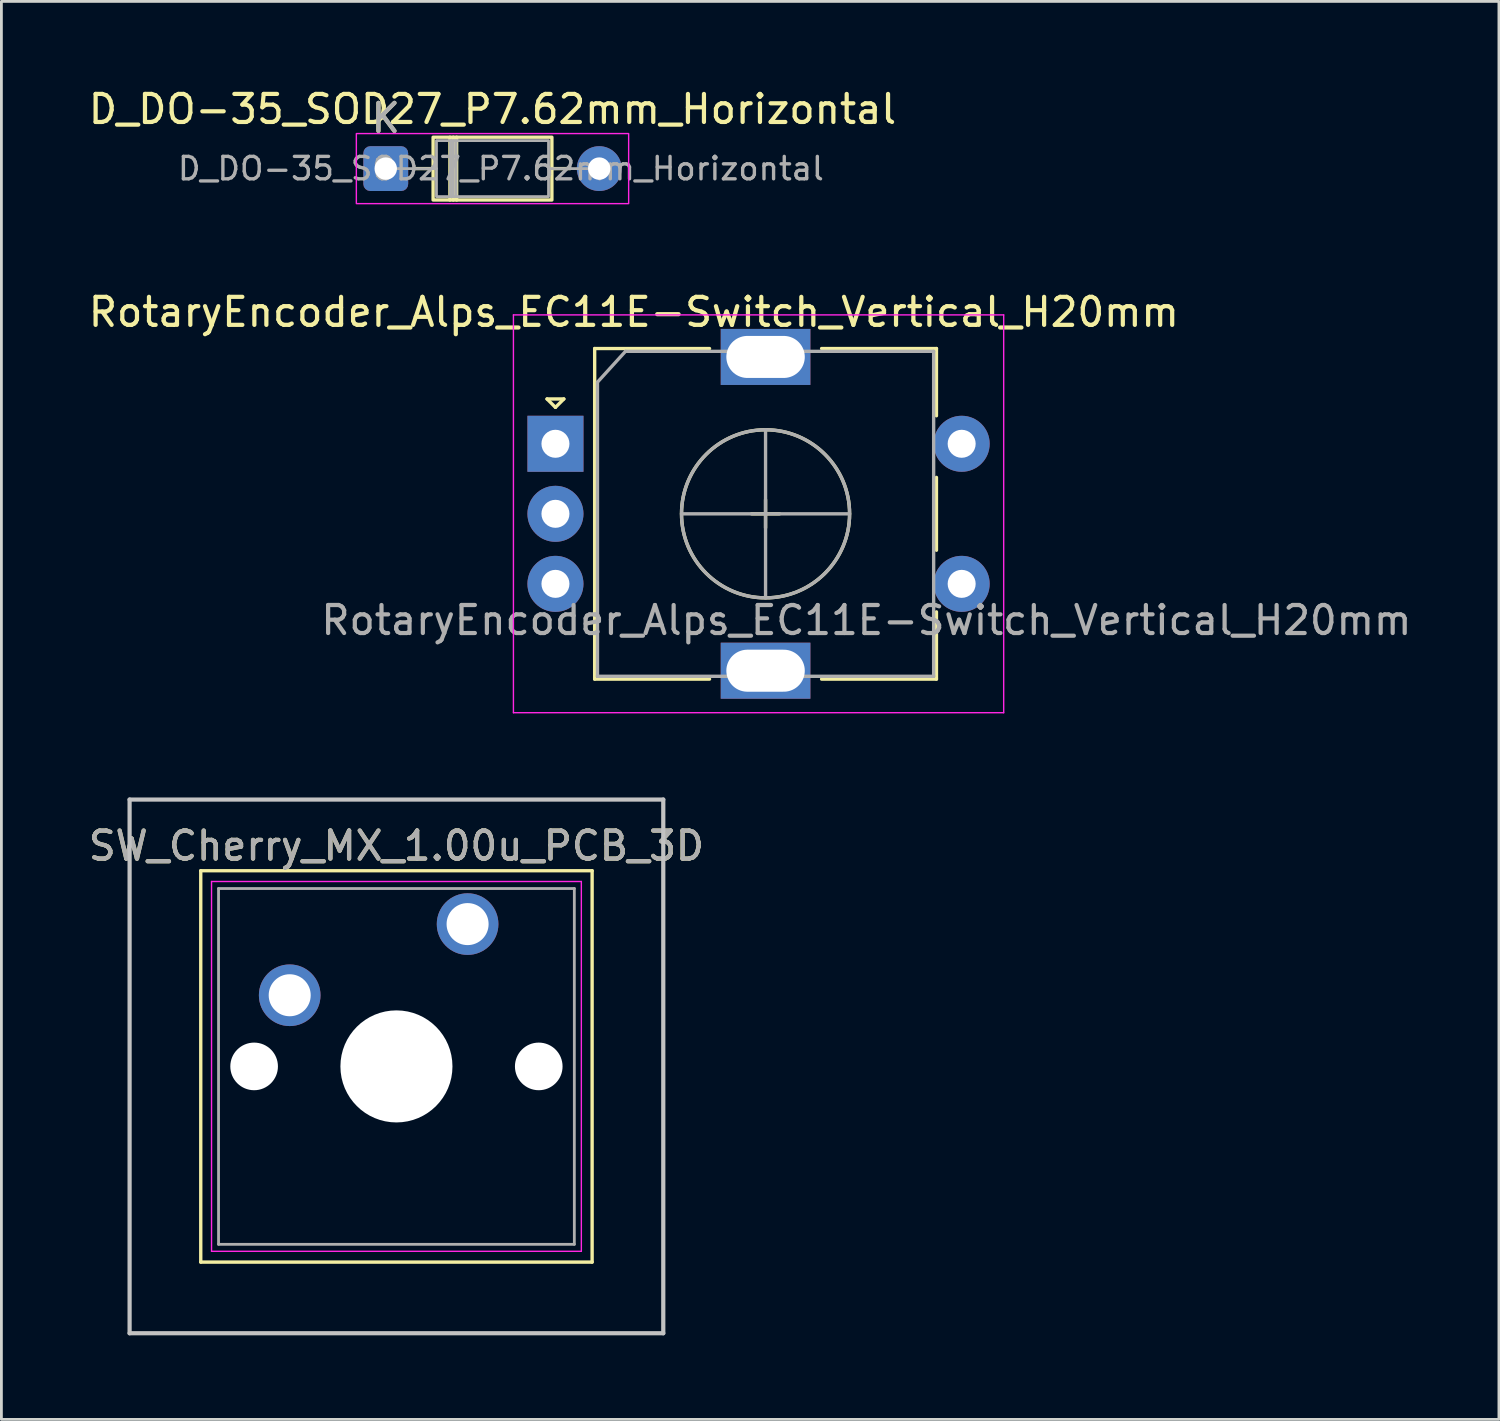
<source format=kicad_pcb>
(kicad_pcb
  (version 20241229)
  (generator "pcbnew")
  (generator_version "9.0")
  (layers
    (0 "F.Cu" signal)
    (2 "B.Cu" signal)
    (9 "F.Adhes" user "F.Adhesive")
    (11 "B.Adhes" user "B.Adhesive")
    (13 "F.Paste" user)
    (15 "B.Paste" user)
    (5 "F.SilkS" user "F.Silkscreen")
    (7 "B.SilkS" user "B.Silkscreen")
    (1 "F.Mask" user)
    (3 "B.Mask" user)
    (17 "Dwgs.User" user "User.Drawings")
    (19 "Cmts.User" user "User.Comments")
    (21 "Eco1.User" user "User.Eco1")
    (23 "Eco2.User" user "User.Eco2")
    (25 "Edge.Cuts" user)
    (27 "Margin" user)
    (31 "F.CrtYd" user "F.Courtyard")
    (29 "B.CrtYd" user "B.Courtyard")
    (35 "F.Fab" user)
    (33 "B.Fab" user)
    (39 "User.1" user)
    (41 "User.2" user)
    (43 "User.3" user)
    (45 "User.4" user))
  (footprint "RotaryEncoder_Alps_EC11E-Switch_Vertical_H20mm"
    (layer "F.Cu")
    (at 16.777 12.791)
    (property "Reference" "RotaryEncoder_Alps_EC11E-Switch_Vertical_H20mm" (at 2.8 -4.7 180) (layer "F.SilkS") (effects (font (size 1 1) (thickness 0.15))))
    (attr through_hole)
    (fp_line (start -0.3 -1.6) (end 0.3 -1.6) (stroke (width 0.12) (type solid)) (layer "F.SilkS"))
    (fp_line (start 0 -1.3) (end -0.3 -1.6) (stroke (width 0.12) (type solid)) (layer "F.SilkS"))
    (fp_line (start 0.3 -1.6) (end 0 -1.3) (stroke (width 0.12) (type solid)) (layer "F.SilkS"))
    (fp_line (start 1.4 -3.4) (end 1.4 8.4) (stroke (width 0.12) (type solid)) (layer "F.SilkS"))
    (fp_line (start 5.5 -3.4) (end 1.4 -3.4) (stroke (width 0.12) (type solid)) (layer "F.SilkS"))
    (fp_line (start 5.5 8.4) (end 1.4 8.4) (stroke (width 0.12) (type solid)) (layer "F.SilkS"))
    (fp_line (start 7 2.5) (end 8 2.5) (stroke (width 0.12) (type solid)) (layer "F.SilkS"))
    (fp_line (start 7.5 2) (end 7.5 3) (stroke (width 0.12) (type solid)) (layer "F.SilkS"))
    (fp_line (start 9.5 -3.4) (end 13.6 -3.4) (stroke (width 0.12) (type solid)) (layer "F.SilkS"))
    (fp_line (start 13.6 -3.4) (end 13.6 -1) (stroke (width 0.12) (type solid)) (layer "F.SilkS"))
    (fp_line (start 13.6 1.2) (end 13.6 3.8) (stroke (width 0.12) (type solid)) (layer "F.SilkS"))
    (fp_line (start 13.6 6) (end 13.6 8.4) (stroke (width 0.12) (type solid)) (layer "F.SilkS"))
    (fp_line (start 13.6 8.4) (end 9.5 8.4) (stroke (width 0.12) (type solid)) (layer "F.SilkS"))
    (fp_circle (center 7.5 2.5) (end 10.5 2.5) (stroke (width 0.12) (type solid)) (fill no) (layer "F.SilkS"))
    (fp_line (start -1.5 -4.6) (end -1.5 9.6) (stroke (width 0.05) (type solid)) (layer "F.CrtYd"))
    (fp_line (start -1.5 -4.6) (end 16 -4.6) (stroke (width 0.05) (type solid)) (layer "F.CrtYd"))
    (fp_line (start 16 9.6) (end -1.5 9.6) (stroke (width 0.05) (type solid)) (layer "F.CrtYd"))
    (fp_line (start 16 9.6) (end 16 -4.6) (stroke (width 0.05) (type solid)) (layer "F.CrtYd"))
    (fp_line (start 1.5 -2.2) (end 2.5 -3.3) (stroke (width 0.12) (type solid)) (layer "F.Fab"))
    (fp_line (start 1.5 8.3) (end 1.5 -2.2) (stroke (width 0.12) (type solid)) (layer "F.Fab"))
    (fp_line (start 2.5 -3.3) (end 13.5 -3.3) (stroke (width 0.12) (type solid)) (layer "F.Fab"))
    (fp_line (start 4.5 2.5) (end 10.5 2.5) (stroke (width 0.12) (type solid)) (layer "F.Fab"))
    (fp_line (start 7.5 -0.5) (end 7.5 5.5) (stroke (width 0.12) (type solid)) (layer "F.Fab"))
    (fp_line (start 13.5 -3.3) (end 13.5 8.3) (stroke (width 0.12) (type solid)) (layer "F.Fab"))
    (fp_line (start 13.5 8.3) (end 1.5 8.3) (stroke (width 0.12) (type solid)) (layer "F.Fab"))
    (fp_circle (center 7.5 2.5) (end 10.5 2.5) (stroke (width 0.12) (type solid)) (fill no) (layer "F.Fab"))
    (fp_text user "${REFERENCE}" (at 11.1 6.3 180) (layer "F.Fab") (effects (font (size 1 1) (thickness 0.15))))
    (pad "A" thru_hole rect (at 0 0) (size 2 2) (drill 1) (layers "*.Cu" "*.Mask"))
    (pad "B" thru_hole circle (at 0 5) (size 2 2) (drill 1) (layers "*.Cu" "*.Mask"))
    (pad "C" thru_hole circle (at 0 2.5) (size 2 2) (drill 1) (layers "*.Cu" "*.Mask"))
    (pad "MP" thru_hole rect (at 7.5 -3.1) (size 3.2 2) (drill oval 2.8 1.5) (layers "*.Cu" "*.Mask"))
    (pad "MP" thru_hole rect (at 7.5 8.1) (size 3.2 2) (drill oval 2.8 1.5) (layers "*.Cu" "*.Mask"))
    (pad "S1" thru_hole circle (at 14.5 5) (size 2 2) (drill 1) (layers "*.Cu" "*.Mask"))
    (pad "S2" thru_hole circle (at 14.5 0) (size 2 2) (drill 1) (layers "*.Cu" "*.Mask")))
  (footprint "SW_Cherry_MX_1.00u_PCB_3D"
    (layer "F.Cu")
    (at 13.641 29.936)
    (property "Reference" "SW_Cherry_MX_1.00u_PCB_3D" (at -2.54 -2.794 0) (layer "F.SilkS") (effects (font (size 1 1) (thickness 0.15))))
    (attr through_hole)
    (fp_line (start -9.525 -1.905) (end 4.445 -1.905) (stroke (width 0.12) (type solid)) (layer "F.SilkS"))
    (fp_line (start -9.525 12.065) (end -9.525 -1.905) (stroke (width 0.12) (type solid)) (layer "F.SilkS"))
    (fp_line (start 4.445 -1.905) (end 4.445 12.065) (stroke (width 0.12) (type solid)) (layer "F.SilkS"))
    (fp_line (start 4.445 12.065) (end -9.525 12.065) (stroke (width 0.12) (type solid)) (layer "F.SilkS"))
    (fp_line (start -12.065 -4.445) (end 6.985 -4.445) (stroke (width 0.15) (type solid)) (layer "Dwgs.User"))
    (fp_line (start -12.065 14.605) (end -12.065 -4.445) (stroke (width 0.15) (type solid)) (layer "Dwgs.User"))
    (fp_line (start 6.985 -4.445) (end 6.985 14.605) (stroke (width 0.15) (type solid)) (layer "Dwgs.User"))
    (fp_line (start 6.985 14.605) (end -12.065 14.605) (stroke (width 0.15) (type solid)) (layer "Dwgs.User"))
    (fp_line (start -9.14 -1.52) (end 4.06 -1.52) (stroke (width 0.05) (type solid)) (layer "F.CrtYd"))
    (fp_line (start -9.14 11.68) (end -9.14 -1.52) (stroke (width 0.05) (type solid)) (layer "F.CrtYd"))
    (fp_line (start 4.06 -1.52) (end 4.06 11.68) (stroke (width 0.05) (type solid)) (layer "F.CrtYd"))
    (fp_line (start 4.06 11.68) (end -9.14 11.68) (stroke (width 0.05) (type solid)) (layer "F.CrtYd"))
    (fp_line (start -8.89 -1.27) (end 3.81 -1.27) (stroke (width 0.1) (type solid)) (layer "F.Fab"))
    (fp_line (start -8.89 11.43) (end -8.89 -1.27) (stroke (width 0.1) (type solid)) (layer "F.Fab"))
    (fp_line (start 3.81 -1.27) (end 3.81 11.43) (stroke (width 0.1) (type solid)) (layer "F.Fab"))
    (fp_line (start 3.81 11.43) (end -8.89 11.43) (stroke (width 0.1) (type solid)) (layer "F.Fab"))
    (fp_text user "${REFERENCE}" (at -2.54 -2.794 0) (layer "F.Fab") (effects (font (size 1 1) (thickness 0.15))))
    (pad "" np_thru_hole circle (at -7.62 5.08) (size 1.7 1.7) (drill 1.7) (layers "*.Cu" "*.Mask"))
    (pad "" np_thru_hole circle (at -2.54 5.08) (size 4 4) (drill 4) (layers "*.Cu" "*.Mask"))
    (pad "" np_thru_hole circle (at 2.54 5.08) (size 1.7 1.7) (drill 1.7) (layers "*.Cu" "*.Mask"))
    (pad "1" thru_hole circle (at 0 0) (size 2.2 2.2) (drill 1.5) (layers "*.Cu" "*.Mask"))
    (pad "2" thru_hole circle (at -6.35 2.54) (size 2.2 2.2) (drill 1.5) (layers "*.Cu" "*.Mask")))
  (footprint "D_DO-35_SOD27_P7.62mm_Horizontal"
    (layer "F.Cu")
    (at 10.72 2.968)
    (property "Reference" "D_DO-35_SOD27_P7.62mm_Horizontal" (at 3.81 -2.12 180) (layer "F.SilkS") (effects (font (size 1 1) (thickness 0.15))))
    (attr through_hole)
    (fp_line (start 1.04 0) (end 1.69 0) (stroke (width 0.12) (type solid)) (layer "F.SilkS"))
    (fp_line (start 2.29 -1.12) (end 2.29 1.12) (stroke (width 0.12) (type solid)) (layer "F.SilkS"))
    (fp_line (start 2.41 -1.12) (end 2.41 1.12) (stroke (width 0.12) (type solid)) (layer "F.SilkS"))
    (fp_line (start 2.53 -1.12) (end 2.53 1.12) (stroke (width 0.12) (type solid)) (layer "F.SilkS"))
    (fp_line (start 6.58 0) (end 5.93 0) (stroke (width 0.12) (type solid)) (layer "F.SilkS"))
    (fp_rect (start 1.69 -1.12) (end 5.93 1.12) (stroke (width 0.12) (type solid)) (fill no) (layer "F.SilkS"))
    (fp_rect (start -1.05 -1.25) (end 8.67 1.25) (stroke (width 0.05) (type solid)) (fill no) (layer "F.CrtYd"))
    (fp_line (start 0 0) (end 1.81 0) (stroke (width 0.1) (type solid)) (layer "F.Fab"))
    (fp_line (start 2.31 -1) (end 2.31 1) (stroke (width 0.1) (type solid)) (layer "F.Fab"))
    (fp_line (start 2.41 -1) (end 2.41 1) (stroke (width 0.1) (type solid)) (layer "F.Fab"))
    (fp_line (start 2.51 -1) (end 2.51 1) (stroke (width 0.1) (type solid)) (layer "F.Fab"))
    (fp_line (start 7.62 0) (end 5.81 0) (stroke (width 0.1) (type solid)) (layer "F.Fab"))
    (fp_rect (start 1.81 -1) (end 5.81 1) (stroke (width 0.1) (type solid)) (fill no) (layer "F.Fab"))
    (fp_text user "K" (at 0 -1.8 180) (layer "F.SilkS") (effects (font (size 1 1) (thickness 0.15))))
    (fp_text user "${REFERENCE}" (at 4.11 0 180) (layer "F.Fab") (effects (font (size 0.8 0.8) (thickness 0.12))))
    (fp_text user "K" (at 0 -1.8 180) (layer "F.Fab") (effects (font (size 1 1) (thickness 0.15))))
    (pad "1" thru_hole roundrect (at 0 0) (size 1.6 1.6) (drill 0.8) (layers "*.Cu" "*.Mask") (roundrect_rratio 0.156))
    (pad "2" thru_hole circle (at 7.62 0) (size 1.6 1.6) (drill 0.8) (layers "*.Cu" "*.Mask")))
  (gr_rect
    (start -3 -3)
    (end 50.455 47.617)
    (stroke (width 0.1) (type default))
    (fill no)
    (layer "Edge.Cuts")))
</source>
